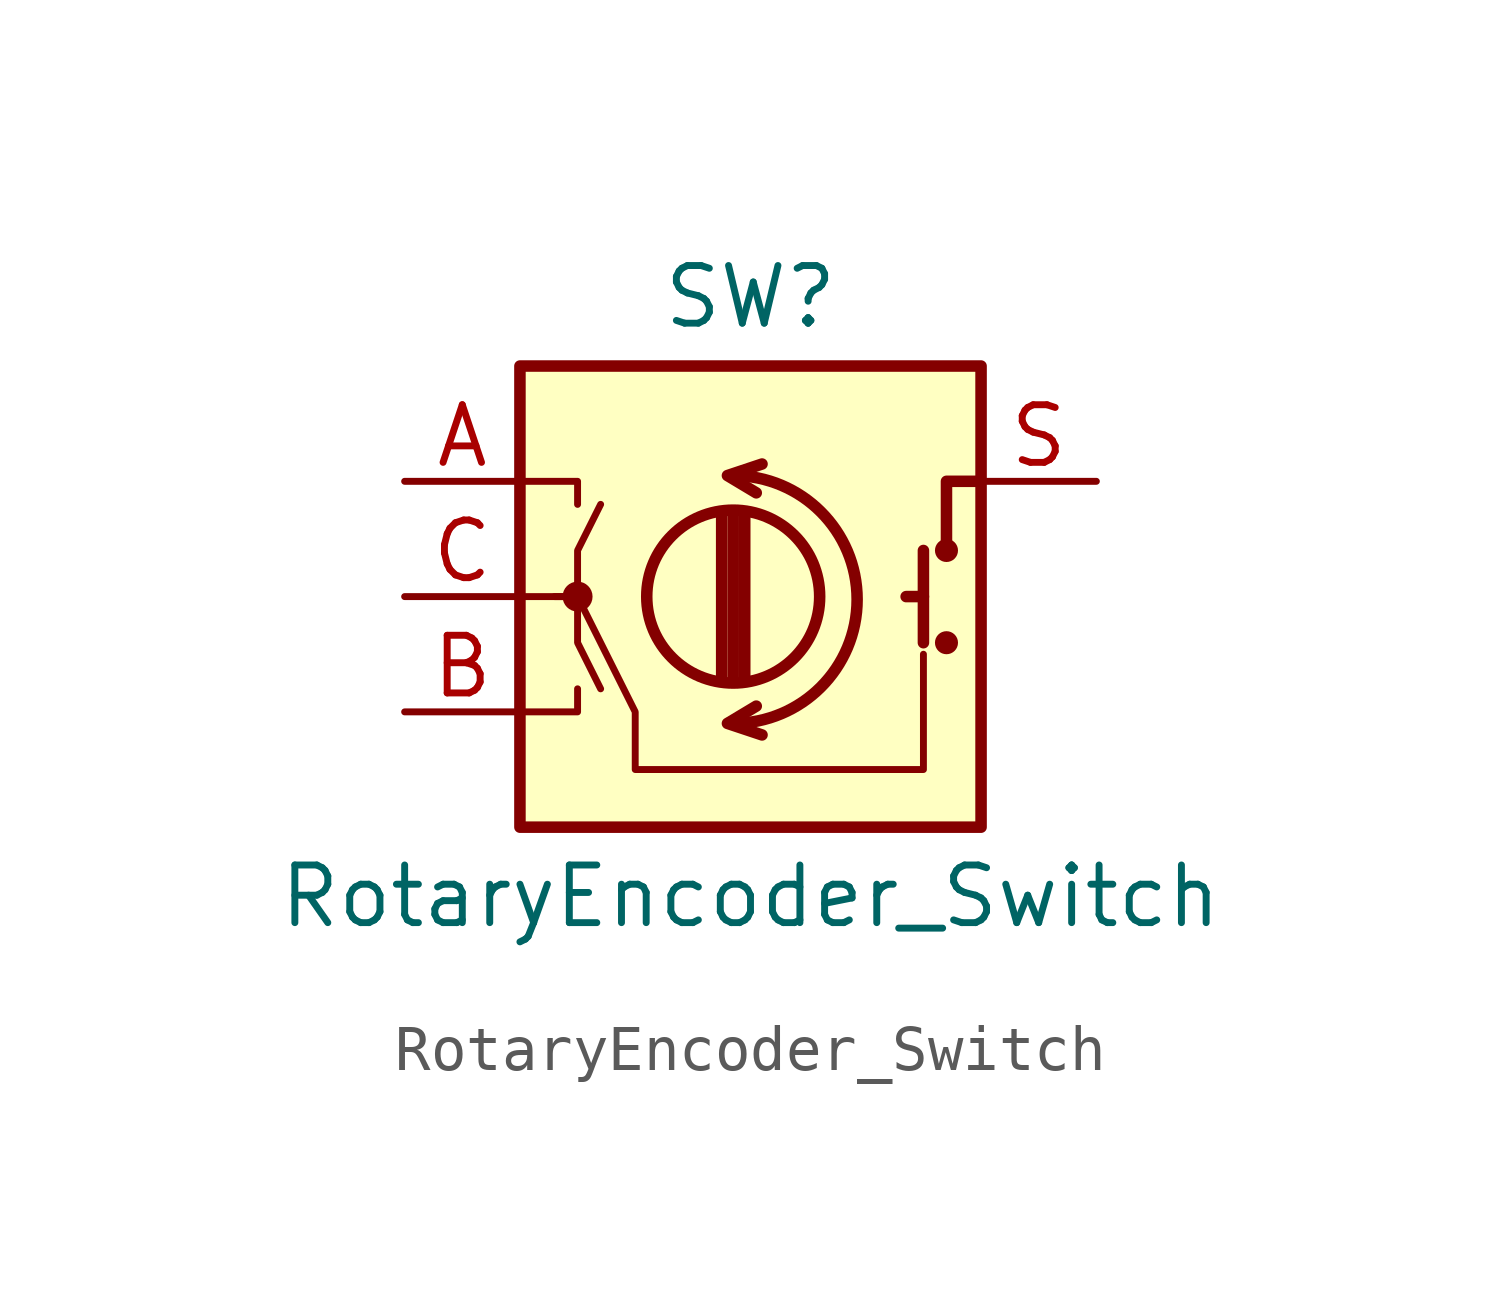
<source format=kicad_sym>
(kicad_symbol_lib
  (version 20211014)
  (generator kicad_symbol_editor)
  (symbol "RotaryEncoder_Switch"
    (pin_names
      (offset 0.254) hide)
    (property "Reference" "SW"
      (at 0 6.604 0)
      (effects (font (size 1.27 1.27))))
    (property "Value" "RotaryEncoder_Switch"
      (at 0 -6.604 0)
      (effects (font (size 1.27 1.27))))
    (symbol "RotaryEncoder_Switch_0_1"
      (rectangle (start -5.08 5.08) (end 5.08 -5.08) (stroke (width 0.254) (type default) (color 0 0 0 0)) (fill (type background)))
      (circle (center -3.81 0) (radius 0.254) (stroke (width 0) (type default) (color 0 0 0 0)) (fill (type outline)))
      (arc (start -0.381 -2.794) (mid 2.3622 -0.0508) (end -0.381 2.667) (stroke (width 0.254) (type default) (color 0 0 0 0)) (fill (type none)))
      (circle (center -0.381 0) (radius 1.905) (stroke (width 0.254) (type default) (color 0 0 0 0)) (fill (type none)))
      (polyline (pts (xy -0.635 -1.778) (xy -0.635 1.778)) (stroke (width 0.254) (type default) (color 0 0 0 0)) (fill (type none)))
      (polyline (pts (xy -0.381 -1.778) (xy -0.381 1.778)) (stroke (width 0.254) (type default) (color 0 0 0 0)) (fill (type none)))
      (polyline (pts (xy -0.127 1.778) (xy -0.127 -1.778)) (stroke (width 0.254) (type default) (color 0 0 0 0)) (fill (type none)))
      (polyline (pts (xy 3.81 0) (xy 3.429 0)) (stroke (width 0.254) (type default) (color 0 0 0 0)) (fill (type none)))
      (polyline (pts (xy 3.81 1.016) (xy 3.81 -1.016)) (stroke (width 0.254) (type default) (color 0 0 0 0)) (fill (type none)))
      (polyline (pts (xy -5.08 -2.54) (xy -3.81 -2.54) (xy -3.81 -2.032)) (stroke (width 0) (type default) (color 0 0 0 0)) (fill (type none)))
      (polyline (pts (xy -5.08 2.54) (xy -3.81 2.54) (xy -3.81 2.032)) (stroke (width 0) (type default) (color 0 0 0 0)) (fill (type none)))
      (polyline (pts (xy 0.254 -3.048) (xy -0.508 -2.794) (xy 0.127 -2.413)) (stroke (width 0.254) (type default) (color 0 0 0 0)) (fill (type none)))
      (polyline (pts (xy 0.254 2.921) (xy -0.508 2.667) (xy 0.127 2.286)) (stroke (width 0.254) (type default) (color 0 0 0 0)) (fill (type none)))
      (polyline (pts (xy 5.08 2.54) (xy 4.318 2.54) (xy 4.318 1.016)) (stroke (width 0.254) (type default) (color 0 0 0 0)) (fill (type none)))
      (polyline (pts (xy -5.08 0) (xy -3.81 0) (xy -3.81 -1.016) (xy -3.302 -2.032)) (stroke (width 0) (type default) (color 0 0 0 0)) (fill (type none)))
      (polyline (pts (xy -4.318 0) (xy -3.81 0) (xy -3.81 1.016) (xy -3.302 2.032)) (stroke (width 0) (type default) (color 0 0 0 0)) (fill (type none)))
      (polyline (pts (xy 3.81 -1.27) (xy 3.81 -3.81) (xy -2.54 -3.81) (xy -2.54 -2.54) (xy -3.81 0)) (stroke (width 0.152) (type default) (color 0 0 0 0)) (fill (type none)))
      (circle (center 4.318 -1.016) (radius 0.127) (stroke (width 0.254) (type default) (color 0 0 0 0)) (fill (type none)))
      (circle (center 4.318 1.016) (radius 0.127) (stroke (width 0.254) (type default) (color 0 0 0 0)) (fill (type none))))
    (symbol "RotaryEncoder_Switch_1_1"
      (pin passive line (at -7.62 2.54 0) (length 2.54) (name "A" (effects (font (size 1.27 1.27)))) (number "A" (effects (font (size 1.27 1.27)))))
      (pin passive line (at -7.62 -2.54 0) (length 2.54) (name "B" (effects (font (size 1.27 1.27)))) (number "B" (effects (font (size 1.27 1.27)))))
      (pin passive line (at -7.62 0 0) (length 2.54) (name "C" (effects (font (size 1.27 1.27)))) (number "C" (effects (font (size 1.27 1.27)))))
      (pin passive line (at 7.62 2.54 180) (length 2.54) (name "S" (effects (font (size 1.27 1.27)))) (number "S" (effects (font (size 1.27 1.27))))))))
</source>
